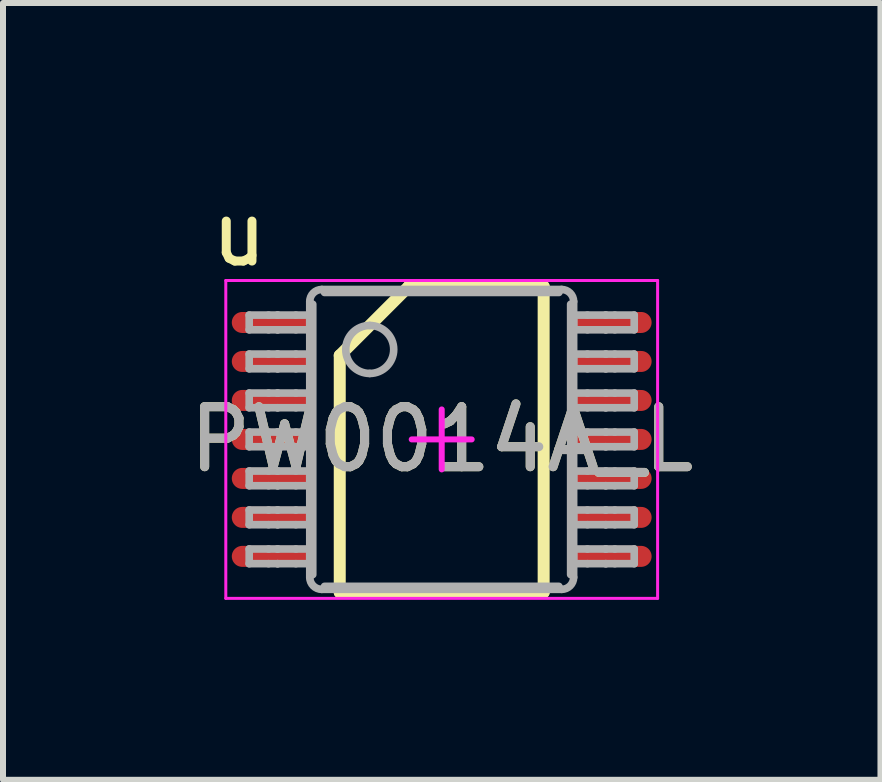
<source format=kicad_pcb>
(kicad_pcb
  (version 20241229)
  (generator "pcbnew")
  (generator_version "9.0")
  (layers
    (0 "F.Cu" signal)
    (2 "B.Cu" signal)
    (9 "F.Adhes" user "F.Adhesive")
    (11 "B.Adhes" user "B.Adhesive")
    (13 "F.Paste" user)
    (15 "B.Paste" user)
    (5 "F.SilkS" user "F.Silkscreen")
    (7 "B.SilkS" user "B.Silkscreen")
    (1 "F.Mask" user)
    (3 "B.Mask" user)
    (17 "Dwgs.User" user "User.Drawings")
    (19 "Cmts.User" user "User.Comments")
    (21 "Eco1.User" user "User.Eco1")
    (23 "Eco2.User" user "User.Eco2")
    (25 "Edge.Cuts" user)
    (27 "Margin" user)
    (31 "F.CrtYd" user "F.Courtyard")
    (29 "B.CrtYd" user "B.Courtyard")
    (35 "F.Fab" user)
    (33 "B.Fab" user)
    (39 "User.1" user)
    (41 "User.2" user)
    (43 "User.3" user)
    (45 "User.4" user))
  (footprint "PW0014A_L"
    (layer "F.Cu")
    (at 4.315 4.277)
    (property "Reference" "PW0014A_L" (at 0 0 0) (unlocked yes) (layer "F.SilkS") (effects (font (size 1 1) (thickness 0.15))))
    (attr smd)
    (fp_line (start -1.7 -1.4) (end -0.55 -2.55) (stroke (width 0.2) (type solid)) (layer "F.SilkS"))
    (fp_line (start -1.7 2.55) (end -1.7 -1.4) (stroke (width 0.2) (type solid)) (layer "F.SilkS"))
    (fp_line (start -1.7 2.55) (end 1.7 2.55) (stroke (width 0.2) (type solid)) (layer "F.SilkS"))
    (fp_line (start -0.55 -2.55) (end 1.7 -2.55) (stroke (width 0.2) (type solid)) (layer "F.SilkS"))
    (fp_line (start 1.7 2.55) (end 1.7 -2.55) (stroke (width 0.2) (type solid)) (layer "F.SilkS"))
    (fp_line (start -3.6 -2.65) (end 3.6 -2.65) (stroke (width 0.05) (type solid)) (layer "F.CrtYd"))
    (fp_line (start -3.6 2.65) (end -3.6 -2.65) (stroke (width 0.05) (type solid)) (layer "F.CrtYd"))
    (fp_line (start -3.6 2.65) (end 3.6 2.65) (stroke (width 0.05) (type solid)) (layer "F.CrtYd"))
    (fp_line (start -0.5 0) (end 0.5 0) (stroke (width 0.1) (type solid)) (layer "F.CrtYd"))
    (fp_line (start 0 0.5) (end 0 -0.5) (stroke (width 0.1) (type solid)) (layer "F.CrtYd"))
    (fp_line (start 3.6 2.65) (end 3.6 -2.65) (stroke (width 0.05) (type solid)) (layer "F.CrtYd"))
    (fp_line (start -3.21 -2.073) (end -2.887 -2.073) (stroke (width 0.127) (type solid)) (layer "F.Fab"))
    (fp_line (start -3.21 -1.828) (end -3.21 -2.073) (stroke (width 0.127) (type solid)) (layer "F.Fab"))
    (fp_line (start -3.21 -1.828) (end -2.887 -1.828) (stroke (width 0.127) (type solid)) (layer "F.Fab"))
    (fp_line (start -3.21 -1.423) (end -2.887 -1.423) (stroke (width 0.127) (type solid)) (layer "F.Fab"))
    (fp_line (start -3.21 -1.178) (end -3.21 -1.423) (stroke (width 0.127) (type solid)) (layer "F.Fab"))
    (fp_line (start -3.21 -1.178) (end -2.887 -1.178) (stroke (width 0.127) (type solid)) (layer "F.Fab"))
    (fp_line (start -3.21 -0.773) (end -2.887 -0.773) (stroke (width 0.127) (type solid)) (layer "F.Fab"))
    (fp_line (start -3.21 -0.528) (end -3.21 -0.773) (stroke (width 0.127) (type solid)) (layer "F.Fab"))
    (fp_line (start -3.21 -0.528) (end -2.887 -0.528) (stroke (width 0.127) (type solid)) (layer "F.Fab"))
    (fp_line (start -3.21 -0.123) (end -2.887 -0.123) (stroke (width 0.127) (type solid)) (layer "F.Fab"))
    (fp_line (start -3.21 0.122) (end -3.21 -0.123) (stroke (width 0.127) (type solid)) (layer "F.Fab"))
    (fp_line (start -3.21 0.122) (end -2.887 0.122) (stroke (width 0.127) (type solid)) (layer "F.Fab"))
    (fp_line (start -3.21 0.527) (end -2.887 0.527) (stroke (width 0.127) (type solid)) (layer "F.Fab"))
    (fp_line (start -3.21 0.772) (end -3.21 0.527) (stroke (width 0.127) (type solid)) (layer "F.Fab"))
    (fp_line (start -3.21 0.772) (end -2.887 0.772) (stroke (width 0.127) (type solid)) (layer "F.Fab"))
    (fp_line (start -3.21 1.177) (end -2.887 1.177) (stroke (width 0.127) (type solid)) (layer "F.Fab"))
    (fp_line (start -3.21 1.422) (end -3.21 1.177) (stroke (width 0.127) (type solid)) (layer "F.Fab"))
    (fp_line (start -3.21 1.422) (end -2.887 1.422) (stroke (width 0.127) (type solid)) (layer "F.Fab"))
    (fp_line (start -3.21 1.827) (end -2.887 1.827) (stroke (width 0.127) (type solid)) (layer "F.Fab"))
    (fp_line (start -3.21 2.072) (end -3.21 1.827) (stroke (width 0.127) (type solid)) (layer "F.Fab"))
    (fp_line (start -3.21 2.072) (end -2.887 2.072) (stroke (width 0.127) (type solid)) (layer "F.Fab"))
    (fp_line (start -2.887 -2.073) (end -2.739 -2.073) (stroke (width 0.127) (type solid)) (layer "F.Fab"))
    (fp_line (start -2.887 -1.828) (end -2.739 -1.828) (stroke (width 0.127) (type solid)) (layer "F.Fab"))
    (fp_line (start -2.887 -1.423) (end -2.739 -1.423) (stroke (width 0.127) (type solid)) (layer "F.Fab"))
    (fp_line (start -2.887 -1.178) (end -2.739 -1.178) (stroke (width 0.127) (type solid)) (layer "F.Fab"))
    (fp_line (start -2.887 -0.773) (end -2.739 -0.773) (stroke (width 0.127) (type solid)) (layer "F.Fab"))
    (fp_line (start -2.887 -0.528) (end -2.739 -0.528) (stroke (width 0.127) (type solid)) (layer "F.Fab"))
    (fp_line (start -2.887 -0.123) (end -2.739 -0.123) (stroke (width 0.127) (type solid)) (layer "F.Fab"))
    (fp_line (start -2.887 0.122) (end -2.739 0.122) (stroke (width 0.127) (type solid)) (layer "F.Fab"))
    (fp_line (start -2.887 0.527) (end -2.739 0.527) (stroke (width 0.127) (type solid)) (layer "F.Fab"))
    (fp_line (start -2.887 0.772) (end -2.739 0.772) (stroke (width 0.127) (type solid)) (layer "F.Fab"))
    (fp_line (start -2.887 1.177) (end -2.739 1.177) (stroke (width 0.127) (type solid)) (layer "F.Fab"))
    (fp_line (start -2.887 1.422) (end -2.739 1.422) (stroke (width 0.127) (type solid)) (layer "F.Fab"))
    (fp_line (start -2.887 1.827) (end -2.739 1.827) (stroke (width 0.127) (type solid)) (layer "F.Fab"))
    (fp_line (start -2.887 2.072) (end -2.739 2.072) (stroke (width 0.127) (type solid)) (layer "F.Fab"))
    (fp_line (start -2.739 -2.073) (end -2.733 -2.073) (stroke (width 0.127) (type solid)) (layer "F.Fab"))
    (fp_line (start -2.739 -1.828) (end -2.733 -1.828) (stroke (width 0.127) (type solid)) (layer "F.Fab"))
    (fp_line (start -2.739 -1.423) (end -2.733 -1.423) (stroke (width 0.127) (type solid)) (layer "F.Fab"))
    (fp_line (start -2.739 -1.178) (end -2.733 -1.178) (stroke (width 0.127) (type solid)) (layer "F.Fab"))
    (fp_line (start -2.739 -0.773) (end -2.733 -0.773) (stroke (width 0.127) (type solid)) (layer "F.Fab"))
    (fp_line (start -2.739 -0.528) (end -2.733 -0.528) (stroke (width 0.127) (type solid)) (layer "F.Fab"))
    (fp_line (start -2.739 -0.123) (end -2.733 -0.123) (stroke (width 0.127) (type solid)) (layer "F.Fab"))
    (fp_line (start -2.739 0.122) (end -2.733 0.122) (stroke (width 0.127) (type solid)) (layer "F.Fab"))
    (fp_line (start -2.739 0.527) (end -2.733 0.527) (stroke (width 0.127) (type solid)) (layer "F.Fab"))
    (fp_line (start -2.739 0.772) (end -2.733 0.772) (stroke (width 0.127) (type solid)) (layer "F.Fab"))
    (fp_line (start -2.739 1.177) (end -2.733 1.177) (stroke (width 0.127) (type solid)) (layer "F.Fab"))
    (fp_line (start -2.739 1.422) (end -2.733 1.422) (stroke (width 0.127) (type solid)) (layer "F.Fab"))
    (fp_line (start -2.739 1.827) (end -2.733 1.827) (stroke (width 0.127) (type solid)) (layer "F.Fab"))
    (fp_line (start -2.739 2.072) (end -2.733 2.072) (stroke (width 0.127) (type solid)) (layer "F.Fab"))
    (fp_line (start -2.733 -2.073) (end -2.431 -2.073) (stroke (width 0.127) (type solid)) (layer "F.Fab"))
    (fp_line (start -2.733 -1.828) (end -2.431 -1.828) (stroke (width 0.127) (type solid)) (layer "F.Fab"))
    (fp_line (start -2.733 -1.423) (end -2.431 -1.423) (stroke (width 0.127) (type solid)) (layer "F.Fab"))
    (fp_line (start -2.733 -1.178) (end -2.431 -1.178) (stroke (width 0.127) (type solid)) (layer "F.Fab"))
    (fp_line (start -2.733 -0.773) (end -2.431 -0.773) (stroke (width 0.127) (type solid)) (layer "F.Fab"))
    (fp_line (start -2.733 -0.528) (end -2.431 -0.528) (stroke (width 0.127) (type solid)) (layer "F.Fab"))
    (fp_line (start -2.733 -0.123) (end -2.431 -0.123) (stroke (width 0.127) (type solid)) (layer "F.Fab"))
    (fp_line (start -2.733 0.122) (end -2.431 0.122) (stroke (width 0.127) (type solid)) (layer "F.Fab"))
    (fp_line (start -2.733 0.527) (end -2.431 0.527) (stroke (width 0.127) (type solid)) (layer "F.Fab"))
    (fp_line (start -2.733 0.772) (end -2.431 0.772) (stroke (width 0.127) (type solid)) (layer "F.Fab"))
    (fp_line (start -2.733 1.177) (end -2.431 1.177) (stroke (width 0.127) (type solid)) (layer "F.Fab"))
    (fp_line (start -2.733 1.422) (end -2.431 1.422) (stroke (width 0.127) (type solid)) (layer "F.Fab"))
    (fp_line (start -2.733 1.827) (end -2.431 1.827) (stroke (width 0.127) (type solid)) (layer "F.Fab"))
    (fp_line (start -2.733 2.072) (end -2.431 2.072) (stroke (width 0.127) (type solid)) (layer "F.Fab"))
    (fp_line (start -2.431 -2.073) (end -2.2 -2.073) (stroke (width 0.127) (type solid)) (layer "F.Fab"))
    (fp_line (start -2.431 -1.828) (end -2.2 -1.828) (stroke (width 0.127) (type solid)) (layer "F.Fab"))
    (fp_line (start -2.431 -1.423) (end -2.2 -1.423) (stroke (width 0.127) (type solid)) (layer "F.Fab"))
    (fp_line (start -2.431 -1.178) (end -2.2 -1.178) (stroke (width 0.127) (type solid)) (layer "F.Fab"))
    (fp_line (start -2.431 -0.773) (end -2.2 -0.773) (stroke (width 0.127) (type solid)) (layer "F.Fab"))
    (fp_line (start -2.431 -0.528) (end -2.2 -0.528) (stroke (width 0.127) (type solid)) (layer "F.Fab"))
    (fp_line (start -2.431 -0.123) (end -2.2 -0.123) (stroke (width 0.127) (type solid)) (layer "F.Fab"))
    (fp_line (start -2.431 0.122) (end -2.2 0.122) (stroke (width 0.127) (type solid)) (layer "F.Fab"))
    (fp_line (start -2.431 0.527) (end -2.2 0.527) (stroke (width 0.127) (type solid)) (layer "F.Fab"))
    (fp_line (start -2.431 0.772) (end -2.2 0.772) (stroke (width 0.127) (type solid)) (layer "F.Fab"))
    (fp_line (start -2.431 1.177) (end -2.2 1.177) (stroke (width 0.127) (type solid)) (layer "F.Fab"))
    (fp_line (start -2.431 1.422) (end -2.2 1.422) (stroke (width 0.127) (type solid)) (layer "F.Fab"))
    (fp_line (start -2.431 1.827) (end -2.2 1.827) (stroke (width 0.127) (type solid)) (layer "F.Fab"))
    (fp_line (start -2.431 2.072) (end -2.2 2.072) (stroke (width 0.127) (type solid)) (layer "F.Fab"))
    (fp_line (start -2.2 -1.828) (end -2.2 -2.073) (stroke (width 0.127) (type solid)) (layer "F.Fab"))
    (fp_line (start -2.2 -1.178) (end -2.2 -1.423) (stroke (width 0.127) (type solid)) (layer "F.Fab"))
    (fp_line (start -2.2 -0.528) (end -2.2 -0.773) (stroke (width 0.127) (type solid)) (layer "F.Fab"))
    (fp_line (start -2.2 0.122) (end -2.2 -0.123) (stroke (width 0.127) (type solid)) (layer "F.Fab"))
    (fp_line (start -2.2 0.772) (end -2.2 0.527) (stroke (width 0.127) (type solid)) (layer "F.Fab"))
    (fp_line (start -2.2 1.422) (end -2.2 1.177) (stroke (width 0.127) (type solid)) (layer "F.Fab"))
    (fp_line (start -2.2 2.072) (end -2.2 1.827) (stroke (width 0.127) (type solid)) (layer "F.Fab"))
    (fp_line (start -2.2 2.3) (end -2.2 -2.3) (stroke (width 0.127) (type solid)) (layer "F.Fab"))
    (fp_line (start -2.15 2.254) (end -2.15 -2.254) (stroke (width 0.127) (type solid)) (layer "F.Fab"))
    (fp_line (start -2 -2.5) (end 2 -2.5) (stroke (width 0.127) (type solid)) (layer "F.Fab"))
    (fp_line (start -2 2.5) (end 2 2.5) (stroke (width 0.127) (type solid)) (layer "F.Fab"))
    (fp_line (start -1.954 -2.45) (end 1.954 -2.45) (stroke (width 0.127) (type solid)) (layer "F.Fab"))
    (fp_line (start -1.954 2.45) (end 1.954 2.45) (stroke (width 0.127) (type solid)) (layer "F.Fab"))
    (fp_line (start 2.15 2.254) (end 2.15 -2.254) (stroke (width 0.127) (type solid)) (layer "F.Fab"))
    (fp_line (start 2.2 -2.073) (end 2.43 -2.073) (stroke (width 0.127) (type solid)) (layer "F.Fab"))
    (fp_line (start 2.2 -1.828) (end 2.2 -2.073) (stroke (width 0.127) (type solid)) (layer "F.Fab"))
    (fp_line (start 2.2 -1.828) (end 2.43 -1.828) (stroke (width 0.127) (type solid)) (layer "F.Fab"))
    (fp_line (start 2.2 -1.423) (end 2.43 -1.423) (stroke (width 0.127) (type solid)) (layer "F.Fab"))
    (fp_line (start 2.2 -1.178) (end 2.2 -1.423) (stroke (width 0.127) (type solid)) (layer "F.Fab"))
    (fp_line (start 2.2 -1.178) (end 2.43 -1.178) (stroke (width 0.127) (type solid)) (layer "F.Fab"))
    (fp_line (start 2.2 -0.773) (end 2.43 -0.773) (stroke (width 0.127) (type solid)) (layer "F.Fab"))
    (fp_line (start 2.2 -0.528) (end 2.2 -0.773) (stroke (width 0.127) (type solid)) (layer "F.Fab"))
    (fp_line (start 2.2 -0.528) (end 2.43 -0.528) (stroke (width 0.127) (type solid)) (layer "F.Fab"))
    (fp_line (start 2.2 -0.123) (end 2.43 -0.123) (stroke (width 0.127) (type solid)) (layer "F.Fab"))
    (fp_line (start 2.2 0.122) (end 2.2 -0.123) (stroke (width 0.127) (type solid)) (layer "F.Fab"))
    (fp_line (start 2.2 0.122) (end 2.43 0.122) (stroke (width 0.127) (type solid)) (layer "F.Fab"))
    (fp_line (start 2.2 0.527) (end 2.43 0.527) (stroke (width 0.127) (type solid)) (layer "F.Fab"))
    (fp_line (start 2.2 0.772) (end 2.2 0.527) (stroke (width 0.127) (type solid)) (layer "F.Fab"))
    (fp_line (start 2.2 0.772) (end 2.43 0.772) (stroke (width 0.127) (type solid)) (layer "F.Fab"))
    (fp_line (start 2.2 1.177) (end 2.43 1.177) (stroke (width 0.127) (type solid)) (layer "F.Fab"))
    (fp_line (start 2.2 1.422) (end 2.2 1.177) (stroke (width 0.127) (type solid)) (layer "F.Fab"))
    (fp_line (start 2.2 1.422) (end 2.43 1.422) (stroke (width 0.127) (type solid)) (layer "F.Fab"))
    (fp_line (start 2.2 1.827) (end 2.43 1.827) (stroke (width 0.127) (type solid)) (layer "F.Fab"))
    (fp_line (start 2.2 2.072) (end 2.2 1.827) (stroke (width 0.127) (type solid)) (layer "F.Fab"))
    (fp_line (start 2.2 2.072) (end 2.43 2.072) (stroke (width 0.127) (type solid)) (layer "F.Fab"))
    (fp_line (start 2.2 2.3) (end 2.2 -2.3) (stroke (width 0.127) (type solid)) (layer "F.Fab"))
    (fp_line (start 2.43 -2.073) (end 2.733 -2.073) (stroke (width 0.127) (type solid)) (layer "F.Fab"))
    (fp_line (start 2.43 -1.828) (end 2.733 -1.828) (stroke (width 0.127) (type solid)) (layer "F.Fab"))
    (fp_line (start 2.43 -1.423) (end 2.733 -1.423) (stroke (width 0.127) (type solid)) (layer "F.Fab"))
    (fp_line (start 2.43 -1.178) (end 2.733 -1.178) (stroke (width 0.127) (type solid)) (layer "F.Fab"))
    (fp_line (start 2.43 -0.773) (end 2.733 -0.773) (stroke (width 0.127) (type solid)) (layer "F.Fab"))
    (fp_line (start 2.43 -0.528) (end 2.733 -0.528) (stroke (width 0.127) (type solid)) (layer "F.Fab"))
    (fp_line (start 2.43 -0.123) (end 2.733 -0.123) (stroke (width 0.127) (type solid)) (layer "F.Fab"))
    (fp_line (start 2.43 0.122) (end 2.733 0.122) (stroke (width 0.127) (type solid)) (layer "F.Fab"))
    (fp_line (start 2.43 0.527) (end 2.733 0.527) (stroke (width 0.127) (type solid)) (layer "F.Fab"))
    (fp_line (start 2.43 0.772) (end 2.733 0.772) (stroke (width 0.127) (type solid)) (layer "F.Fab"))
    (fp_line (start 2.43 1.177) (end 2.733 1.177) (stroke (width 0.127) (type solid)) (layer "F.Fab"))
    (fp_line (start 2.43 1.422) (end 2.733 1.422) (stroke (width 0.127) (type solid)) (layer "F.Fab"))
    (fp_line (start 2.43 1.827) (end 2.733 1.827) (stroke (width 0.127) (type solid)) (layer "F.Fab"))
    (fp_line (start 2.43 2.072) (end 2.733 2.072) (stroke (width 0.127) (type solid)) (layer "F.Fab"))
    (fp_line (start 2.733 -2.073) (end 2.739 -2.073) (stroke (width 0.127) (type solid)) (layer "F.Fab"))
    (fp_line (start 2.733 -1.828) (end 2.739 -1.828) (stroke (width 0.127) (type solid)) (layer "F.Fab"))
    (fp_line (start 2.733 -1.423) (end 2.739 -1.423) (stroke (width 0.127) (type solid)) (layer "F.Fab"))
    (fp_line (start 2.733 -1.178) (end 2.739 -1.178) (stroke (width 0.127) (type solid)) (layer "F.Fab"))
    (fp_line (start 2.733 -0.773) (end 2.739 -0.773) (stroke (width 0.127) (type solid)) (layer "F.Fab"))
    (fp_line (start 2.733 -0.528) (end 2.739 -0.528) (stroke (width 0.127) (type solid)) (layer "F.Fab"))
    (fp_line (start 2.733 -0.123) (end 2.739 -0.123) (stroke (width 0.127) (type solid)) (layer "F.Fab"))
    (fp_line (start 2.733 0.122) (end 2.739 0.122) (stroke (width 0.127) (type solid)) (layer "F.Fab"))
    (fp_line (start 2.733 0.527) (end 2.739 0.527) (stroke (width 0.127) (type solid)) (layer "F.Fab"))
    (fp_line (start 2.733 0.772) (end 2.739 0.772) (stroke (width 0.127) (type solid)) (layer "F.Fab"))
    (fp_line (start 2.733 1.177) (end 2.739 1.177) (stroke (width 0.127) (type solid)) (layer "F.Fab"))
    (fp_line (start 2.733 1.422) (end 2.739 1.422) (stroke (width 0.127) (type solid)) (layer "F.Fab"))
    (fp_line (start 2.733 1.827) (end 2.739 1.827) (stroke (width 0.127) (type solid)) (layer "F.Fab"))
    (fp_line (start 2.733 2.072) (end 2.739 2.072) (stroke (width 0.127) (type solid)) (layer "F.Fab"))
    (fp_line (start 2.739 -2.073) (end 2.887 -2.073) (stroke (width 0.127) (type solid)) (layer "F.Fab"))
    (fp_line (start 2.739 -1.828) (end 2.887 -1.828) (stroke (width 0.127) (type solid)) (layer "F.Fab"))
    (fp_line (start 2.739 -1.423) (end 2.887 -1.423) (stroke (width 0.127) (type solid)) (layer "F.Fab"))
    (fp_line (start 2.739 -1.178) (end 2.887 -1.178) (stroke (width 0.127) (type solid)) (layer "F.Fab"))
    (fp_line (start 2.739 -0.773) (end 2.887 -0.773) (stroke (width 0.127) (type solid)) (layer "F.Fab"))
    (fp_line (start 2.739 -0.528) (end 2.887 -0.528) (stroke (width 0.127) (type solid)) (layer "F.Fab"))
    (fp_line (start 2.739 -0.123) (end 2.887 -0.123) (stroke (width 0.127) (type solid)) (layer "F.Fab"))
    (fp_line (start 2.739 0.122) (end 2.887 0.122) (stroke (width 0.127) (type solid)) (layer "F.Fab"))
    (fp_line (start 2.739 0.527) (end 2.887 0.527) (stroke (width 0.127) (type solid)) (layer "F.Fab"))
    (fp_line (start 2.739 0.772) (end 2.887 0.772) (stroke (width 0.127) (type solid)) (layer "F.Fab"))
    (fp_line (start 2.739 1.177) (end 2.887 1.177) (stroke (width 0.127) (type solid)) (layer "F.Fab"))
    (fp_line (start 2.739 1.422) (end 2.887 1.422) (stroke (width 0.127) (type solid)) (layer "F.Fab"))
    (fp_line (start 2.739 1.827) (end 2.887 1.827) (stroke (width 0.127) (type solid)) (layer "F.Fab"))
    (fp_line (start 2.739 2.072) (end 2.887 2.072) (stroke (width 0.127) (type solid)) (layer "F.Fab"))
    (fp_line (start 2.887 -2.073) (end 3.21 -2.073) (stroke (width 0.127) (type solid)) (layer "F.Fab"))
    (fp_line (start 2.887 -1.828) (end 3.21 -1.828) (stroke (width 0.127) (type solid)) (layer "F.Fab"))
    (fp_line (start 2.887 -1.423) (end 3.21 -1.423) (stroke (width 0.127) (type solid)) (layer "F.Fab"))
    (fp_line (start 2.887 -1.178) (end 3.21 -1.178) (stroke (width 0.127) (type solid)) (layer "F.Fab"))
    (fp_line (start 2.887 -0.773) (end 3.21 -0.773) (stroke (width 0.127) (type solid)) (layer "F.Fab"))
    (fp_line (start 2.887 -0.528) (end 3.21 -0.528) (stroke (width 0.127) (type solid)) (layer "F.Fab"))
    (fp_line (start 2.887 -0.123) (end 3.21 -0.123) (stroke (width 0.127) (type solid)) (layer "F.Fab"))
    (fp_line (start 2.887 0.122) (end 3.21 0.122) (stroke (width 0.127) (type solid)) (layer "F.Fab"))
    (fp_line (start 2.887 0.527) (end 3.21 0.527) (stroke (width 0.127) (type solid)) (layer "F.Fab"))
    (fp_line (start 2.887 0.772) (end 3.21 0.772) (stroke (width 0.127) (type solid)) (layer "F.Fab"))
    (fp_line (start 2.887 1.177) (end 3.21 1.177) (stroke (width 0.127) (type solid)) (layer "F.Fab"))
    (fp_line (start 2.887 1.422) (end 3.21 1.422) (stroke (width 0.127) (type solid)) (layer "F.Fab"))
    (fp_line (start 2.887 1.827) (end 3.21 1.827) (stroke (width 0.127) (type solid)) (layer "F.Fab"))
    (fp_line (start 2.887 2.072) (end 3.21 2.072) (stroke (width 0.127) (type solid)) (layer "F.Fab"))
    (fp_line (start 3.21 -1.828) (end 3.21 -2.073) (stroke (width 0.127) (type solid)) (layer "F.Fab"))
    (fp_line (start 3.21 -1.178) (end 3.21 -1.423) (stroke (width 0.127) (type solid)) (layer "F.Fab"))
    (fp_line (start 3.21 -0.528) (end 3.21 -0.773) (stroke (width 0.127) (type solid)) (layer "F.Fab"))
    (fp_line (start 3.21 0.122) (end 3.21 -0.123) (stroke (width 0.127) (type solid)) (layer "F.Fab"))
    (fp_line (start 3.21 0.772) (end 3.21 0.527) (stroke (width 0.127) (type solid)) (layer "F.Fab"))
    (fp_line (start 3.21 1.422) (end 3.21 1.177) (stroke (width 0.127) (type solid)) (layer "F.Fab"))
    (fp_line (start 3.21 2.072) (end 3.21 1.827) (stroke (width 0.127) (type solid)) (layer "F.Fab"))
    (fp_arc (start -2.200001 -2.3) (mid -2.141422 -2.441421) (end -2.000001 -2.5) (stroke (width 0.127) (type solid)) (layer "F.Fab"))
    (fp_arc (start -2.000001 2.49999) (mid -2.141422 2.441412) (end -2.200001 2.29999) (stroke (width 0.127) (type solid)) (layer "F.Fab"))
    (fp_arc (start -1.200003 -1.900001) (mid -0.800003 -1.500002) (end -1.200003 -1.100003) (stroke (width 0.127) (type solid)) (layer "F.Fab"))
    (fp_arc (start -1.200003 -1.100003) (mid -1.600002 -1.500002) (end -1.200003 -1.900001) (stroke (width 0.127) (type solid)) (layer "F.Fab"))
    (fp_arc (start 1.999991 -2.5) (mid 2.141412 -2.441422) (end 2.199991 -2.3) (stroke (width 0.127) (type solid)) (layer "F.Fab"))
    (fp_arc (start 2.199991 2.29999) (mid 2.141412 2.441411) (end 1.999991 2.49999) (stroke (width 0.127) (type solid)) (layer "F.Fab"))
    (fp_text user "u" (at -3.378 -3.429 0) (unlocked yes) (layer "F.SilkS") (effects (font (size 1 1) (thickness 0.15))))
    (fp_text user "${REFERENCE}" (at 0 0 0) (unlocked yes) (layer "F.Fab") (effects (font (size 1 1) (thickness 0.15))))
    (pad "1" smd oval (at -2.8 -1.95 90) (size 0.35 1.4) (layers "F.Cu" "F.Mask" "F.Paste"))
    (pad "2" smd oval (at -2.8 -1.3 90) (size 0.35 1.4) (layers "F.Cu" "F.Mask" "F.Paste"))
    (pad "3" smd oval (at -2.8 -0.65 90) (size 0.35 1.4) (layers "F.Cu" "F.Mask" "F.Paste"))
    (pad "4" smd oval (at -2.8 0 90) (size 0.35 1.4) (layers "F.Cu" "F.Mask" "F.Paste"))
    (pad "5" smd oval (at -2.8 0.65 90) (size 0.35 1.4) (layers "F.Cu" "F.Mask" "F.Paste"))
    (pad "6" smd oval (at -2.8 1.3 90) (size 0.35 1.4) (layers "F.Cu" "F.Mask" "F.Paste"))
    (pad "7" smd oval (at -2.8 1.95 90) (size 0.35 1.4) (layers "F.Cu" "F.Mask" "F.Paste"))
    (pad "8" smd oval (at 2.8 1.95 90) (size 0.35 1.4) (layers "F.Cu" "F.Mask" "F.Paste"))
    (pad "9" smd oval (at 2.8 1.3 90) (size 0.35 1.4) (layers "F.Cu" "F.Mask" "F.Paste"))
    (pad "10" smd oval (at 2.8 0.65 90) (size 0.35 1.4) (layers "F.Cu" "F.Mask" "F.Paste"))
    (pad "11" smd oval (at 2.8 0 90) (size 0.35 1.4) (layers "F.Cu" "F.Mask" "F.Paste"))
    (pad "12" smd oval (at 2.8 -0.65 90) (size 0.35 1.4) (layers "F.Cu" "F.Mask" "F.Paste"))
    (pad "13" smd oval (at 2.8 -1.3 90) (size 0.35 1.4) (layers "F.Cu" "F.Mask" "F.Paste"))
    (pad "14" smd oval (at 2.8 -1.95 90) (size 0.35 1.4) (layers "F.Cu" "F.Mask" "F.Paste")))
  (gr_rect
    (start -3 -3)
    (end 11.631 9.952)
    (stroke (width 0.1) (type default))
    (fill no)
    (layer "Edge.Cuts")))
</source>
